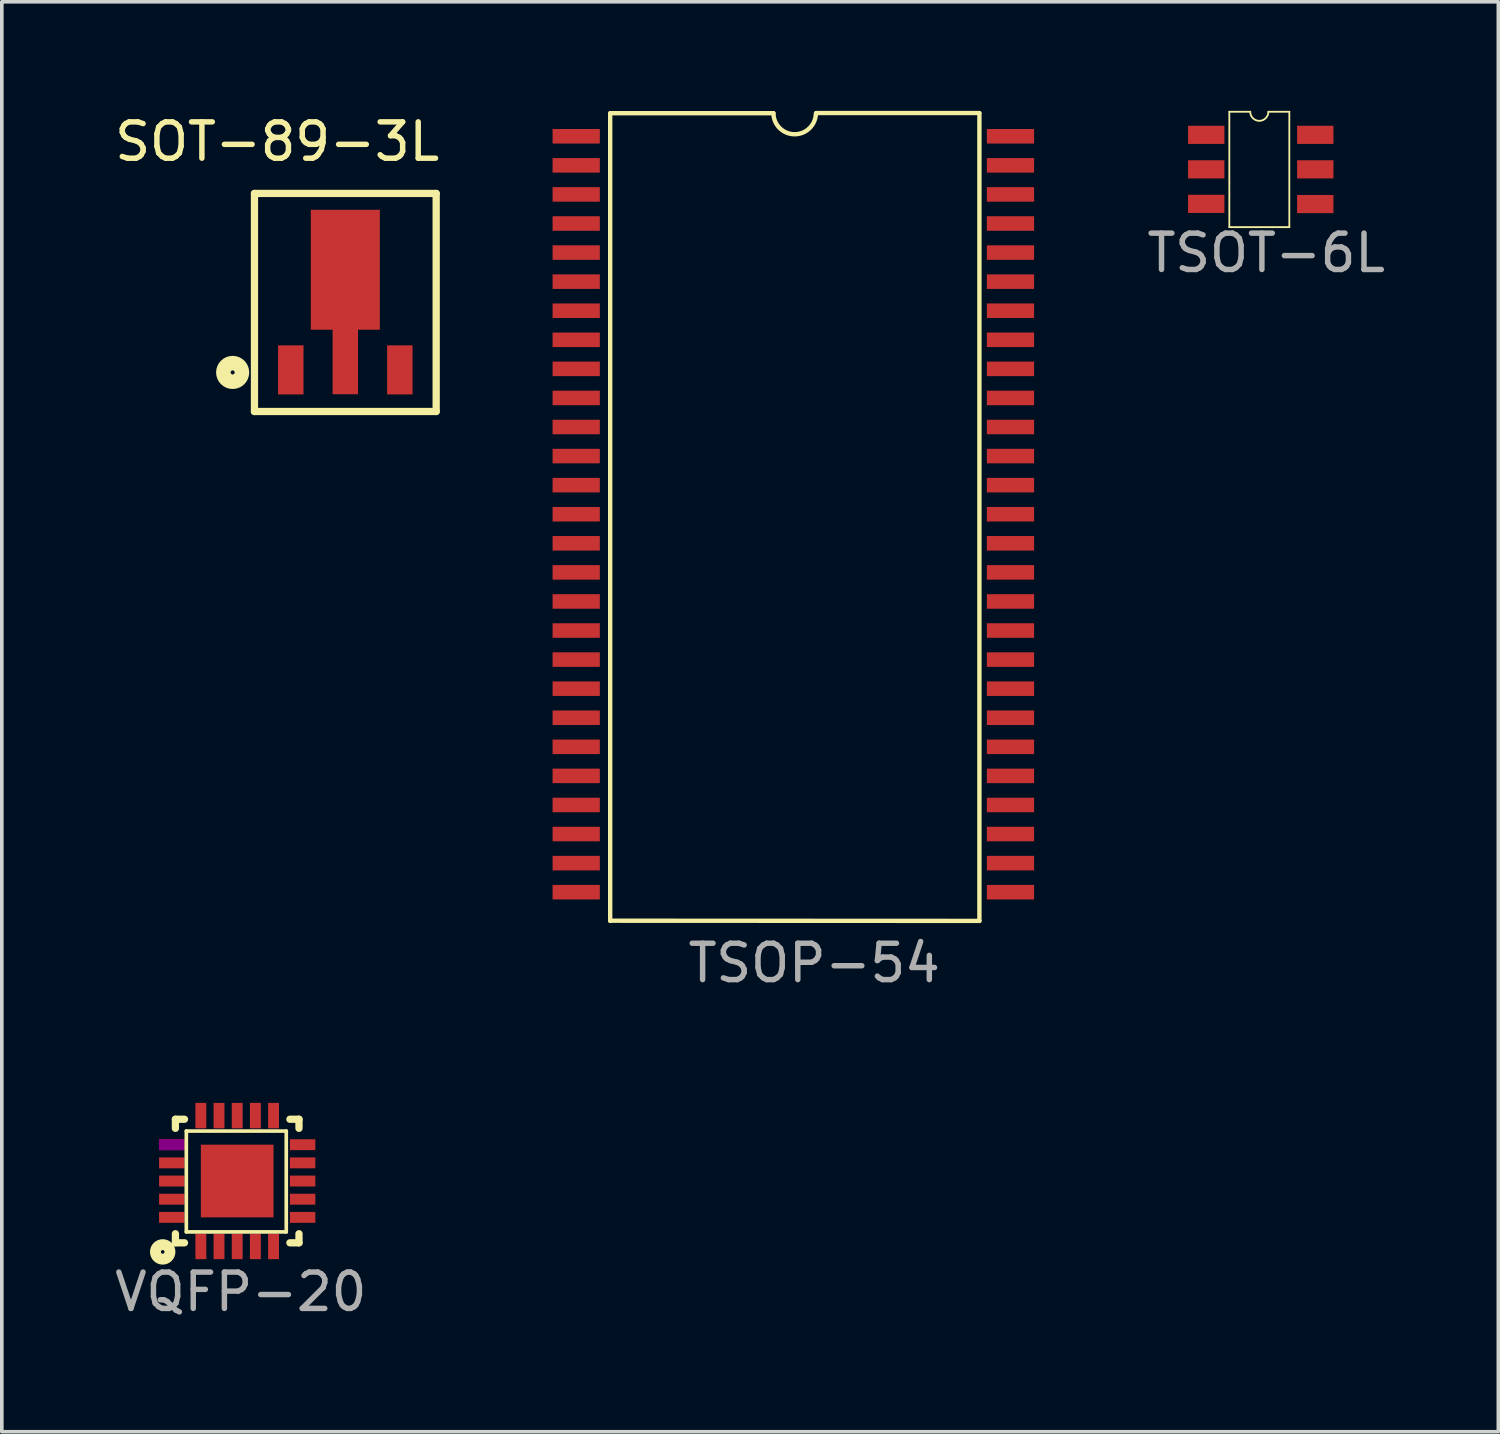
<source format=kicad_pcb>
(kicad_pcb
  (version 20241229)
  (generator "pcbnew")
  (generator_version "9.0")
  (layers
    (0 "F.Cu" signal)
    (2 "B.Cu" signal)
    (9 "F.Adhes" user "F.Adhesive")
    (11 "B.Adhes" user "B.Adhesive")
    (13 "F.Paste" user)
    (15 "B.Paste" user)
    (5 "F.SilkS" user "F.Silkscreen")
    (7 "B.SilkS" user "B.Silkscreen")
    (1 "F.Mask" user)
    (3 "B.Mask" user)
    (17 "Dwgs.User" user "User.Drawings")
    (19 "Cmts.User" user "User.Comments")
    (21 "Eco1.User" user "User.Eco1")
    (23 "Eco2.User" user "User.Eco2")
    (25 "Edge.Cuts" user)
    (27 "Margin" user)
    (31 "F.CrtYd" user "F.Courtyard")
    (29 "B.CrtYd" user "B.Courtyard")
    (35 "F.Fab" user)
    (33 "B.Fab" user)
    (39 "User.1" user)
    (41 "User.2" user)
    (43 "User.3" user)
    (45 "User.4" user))
  (footprint "VQFP-20"
    (layer "F.Cu")
    (at 5.277 28.448)
    (property "Reference" "VQFP-20" (at -1.7 4.05 0) (layer "F.Fab") (effects (font (size 1 1) (thickness 0.15))))
    (attr smd)
    (fp_line (start -3.5 -0.7) (end -3.25 -0.7) (stroke (width 0.2) (type solid)) (layer "F.SilkS"))
    (fp_line (start -3.5 -0.45) (end -3.5 -0.7) (stroke (width 0.2) (type solid)) (layer "F.SilkS"))
    (fp_line (start -3.5 2.45) (end -3.5 2.7) (stroke (width 0.2) (type solid)) (layer "F.SilkS"))
    (fp_line (start -3.5 2.7) (end -3.25 2.7) (stroke (width 0.2) (type solid)) (layer "F.SilkS"))
    (fp_line (start -3.2 2.4) (end -3.2 -0.375) (stroke (width 0.1) (type solid)) (layer "F.SilkS"))
    (fp_line (start -0.45 -0.375) (end -3.2 -0.375) (stroke (width 0.1) (type solid)) (layer "F.SilkS"))
    (fp_line (start -0.45 2.4) (end -3.2 2.4) (stroke (width 0.1) (type solid)) (layer "F.SilkS"))
    (fp_line (start -0.45 2.4) (end -0.45 -0.375) (stroke (width 0.1) (type solid)) (layer "F.SilkS"))
    (fp_line (start -0.35 -0.7) (end -0.1 -0.7) (stroke (width 0.2) (type solid)) (layer "F.SilkS"))
    (fp_line (start -0.1 -0.45) (end -0.1 -0.7) (stroke (width 0.2) (type solid)) (layer "F.SilkS"))
    (fp_line (start -0.1 2.45) (end -0.1 2.7) (stroke (width 0.2) (type solid)) (layer "F.SilkS"))
    (fp_line (start -0.1 2.7) (end -0.35 2.7) (stroke (width 0.2) (type solid)) (layer "F.SilkS"))
    (fp_circle (center -3.85 2.95) (end -3.8 2.95) (stroke (width 0.3) (type solid)) (fill no) (layer "F.SilkS"))
    (pad "1" smd rect (at -2.8 2.8 180) (size 0.3 0.7) (layers "F.Cu" "F.Mask" "F.Paste"))
    (pad "2" smd rect (at -2.3 2.8 180) (size 0.3 0.7) (layers "F.Cu" "F.Mask" "F.Paste"))
    (pad "3" smd rect (at -1.8 2.8 180) (size 0.3 0.7) (layers "F.Cu" "F.Mask" "F.Paste"))
    (pad "4" smd rect (at -1.3 2.8 180) (size 0.3 0.7) (layers "F.Cu" "F.Mask" "F.Paste"))
    (pad "5" smd rect (at -0.8 2.8 180) (size 0.3 0.7) (layers "F.Cu" "F.Mask" "F.Paste"))
    (pad "6" smd rect (at 0 2 90) (size 0.3 0.7) (layers "F.Cu" "F.Mask" "F.Paste"))
    (pad "7" smd rect (at 0 1.5 90) (size 0.3 0.7) (layers "F.Cu" "F.Mask" "F.Paste"))
    (pad "8" smd rect (at 0 1 90) (size 0.3 0.7) (layers "F.Cu" "F.Mask" "F.Paste"))
    (pad "9" smd rect (at 0 0.5 90) (size 0.3 0.7) (layers "F.Cu" "F.Mask" "F.Paste"))
    (pad "10" smd rect (at 0 0 90) (size 0.3 0.7) (layers "F.Cu" "F.Mask" "F.Paste"))
    (pad "11" smd rect (at -0.8 -0.8 180) (size 0.3 0.7) (layers "F.Cu" "F.Mask" "F.Paste"))
    (pad "12" smd rect (at -1.3 -0.8 180) (size 0.3 0.7) (layers "F.Cu" "F.Mask" "F.Paste"))
    (pad "13" smd rect (at -1.8 -0.8 180) (size 0.3 0.7) (layers "F.Cu" "F.Mask" "F.Paste"))
    (pad "14" smd rect (at -2.3 -0.8 180) (size 0.3 0.7) (layers "F.Cu" "F.Mask" "F.Paste"))
    (pad "15" smd rect (at -2.8 -0.8 180) (size 0.3 0.7) (layers "F.Cu" "F.Mask" "F.Paste"))
    (pad "16" smd rect (at -3.6 0 90) (size 0.3 0.7) (layers "F.Cu" "F.Mask" "F.Adhes" "F.Paste"))
    (pad "17" smd rect (at -3.6 0.5 90) (size 0.3 0.7) (layers "F.Cu" "F.Mask" "F.Paste"))
    (pad "18" smd rect (at -3.6 1 90) (size 0.3 0.7) (layers "F.Cu" "F.Mask" "F.Paste"))
    (pad "19" smd rect (at -3.6 1.5 90) (size 0.3 0.7) (layers "F.Cu" "F.Mask" "F.Paste"))
    (pad "20" smd rect (at -3.6 2 90) (size 0.3 0.7) (layers "F.Cu" "F.Mask" "F.Paste"))
    (pad "21" smd rect (at -1.8 1) (size 2 2) (layers "F.Cu" "F.Mask" "F.Paste")))
  (footprint "SOT-89-3L"
    (layer "F.Cu")
    (at 6.452 4.373)
    (property "Reference" "SOT-89-3L" (at -1.875 -3.525 0) (layer "F.SilkS") (effects (font (size 1 1) (thickness 0.15))))
    (attr through_hole)
    (fp_line (start -2.5 3.9) (end -2.5 -2.1) (stroke (width 0.2) (type solid)) (layer "F.SilkS"))
    (fp_line (start 2.5 -2.1) (end -2.5 -2.1) (stroke (width 0.2) (type solid)) (layer "F.SilkS"))
    (fp_line (start 2.5 3.9) (end -2.5 3.9) (stroke (width 0.2) (type solid)) (layer "F.SilkS"))
    (fp_line (start 2.5 3.9) (end 2.5 -2.1) (stroke (width 0.2) (type solid)) (layer "F.SilkS"))
    (fp_circle (center -3.1 2.825) (end -3.044 2.825) (stroke (width 0.4) (type solid)) (fill no) (layer "F.SilkS"))
    (pad "1" smd rect (at 0 0) (size 1.9 3.3) (layers "F.Cu" "F.Mask" "F.Paste"))
    (pad "2" smd rect (at -1.5 2.755) (size 0.7 1.35) (layers "F.Cu" "F.Mask" "F.Paste"))
    (pad "2" smd rect (at 0 2.525) (size 0.7 1.8) (layers "F.Cu" "F.Mask" "F.Paste"))
    (pad "2" smd rect (at 1.5 2.755) (size 0.7 1.35) (layers "F.Cu" "F.Mask" "F.Paste")))
  (footprint "TSOT-6L"
    (layer "F.Cu")
    (at 31.642 1.71)
    (property "Reference" "TSOT-6L" (at 0.15 2.2 0) (layer "F.Fab") (effects (font (size 1 1) (thickness 0.15))))
    (attr smd)
    (fp_line (start -0.865 -1.685) (end -0.29 -1.685) (stroke (width 0.05) (type solid)) (layer "F.SilkS"))
    (fp_line (start -0.865 1.49) (end -0.865 -1.685) (stroke (width 0.05) (type solid)) (layer "F.SilkS"))
    (fp_line (start -0.865 1.49) (end 0.786 1.49) (stroke (width 0.05) (type solid)) (layer "F.SilkS"))
    (fp_line (start 0.211 -1.685) (end 0.786 -1.685) (stroke (width 0.05) (type solid)) (layer "F.SilkS"))
    (fp_line (start 0.786 1.49) (end 0.786 -1.685) (stroke (width 0.05) (type solid)) (layer "F.SilkS"))
    (fp_arc (start 0.20996 -1.68502) (mid -0.03999 -1.43999) (end -0.28996 -1.685) (stroke (width 0.05) (type solid)) (layer "F.SilkS"))
    (pad "1" smd rect (at -1.5 -1.05 270) (size 0.5 1) (layers "F.Cu" "F.Mask" "F.Paste"))
    (pad "2" smd rect (at -1.5 -0.1 270) (size 0.5 1) (layers "F.Cu" "F.Mask" "F.Paste"))
    (pad "3" smd rect (at -1.5 0.85 270) (size 0.5 1) (layers "F.Cu" "F.Mask" "F.Paste"))
    (pad "4" smd rect (at 1.5 0.855 270) (size 0.5 1) (layers "F.Cu" "F.Mask" "F.Paste"))
    (pad "5" smd rect (at 1.5 -0.1 270) (size 0.5 1) (layers "F.Cu" "F.Mask" "F.Paste"))
    (pad "6" smd rect (at 1.5 -1.05 270) (size 0.5 1) (layers "F.Cu" "F.Mask" "F.Paste")))
  (footprint "TSOP-54"
    (layer "F.Cu")
    (at 24.755 0.7)
    (property "Reference" "TSOP-54" (at -5.4 22.75 0) (layer "F.Fab") (effects (font (size 1 1) (thickness 0.15))))
    (attr smd)
    (fp_line (start -11.015 21.59) (end -11.015 -0.635) (stroke (width 0.12) (type solid)) (layer "F.SilkS"))
    (fp_line (start -11.013 21.585) (end -0.855 21.59) (stroke (width 0.12) (type solid)) (layer "F.SilkS"))
    (fp_line (start -11.008 -0.635) (end -6.523 -0.635) (stroke (width 0.12) (type solid)) (layer "F.SilkS"))
    (fp_line (start -5.344 -0.64) (end -0.859 -0.64) (stroke (width 0.12) (type solid)) (layer "F.SilkS"))
    (fp_line (start -0.855 21.59) (end -0.855 -0.635) (stroke (width 0.12) (type solid)) (layer "F.SilkS"))
    (fp_arc (start -5.354385 -0.63001) (mid -5.941015 -0.055864) (end -6.52272 -0.635) (stroke (width 0.12) (type solid)) (layer "F.SilkS"))
    (pad "1" smd rect (at -11.95 -0.00004 90) (size 0.4 1.3) (layers "F.Cu" "F.Mask" "F.Paste"))
    (pad "2" smd rect (at -11.95 0.8 90) (size 0.4 1.3) (layers "F.Cu" "F.Mask" "F.Paste"))
    (pad "3" smd rect (at -11.95 1.6 90) (size 0.4 1.3) (layers "F.Cu" "F.Mask" "F.Paste"))
    (pad "4" smd rect (at -11.95 2.4 90) (size 0.4 1.3) (layers "F.Cu" "F.Mask" "F.Paste"))
    (pad "5" smd rect (at -11.95 3.2 90) (size 0.4 1.3) (layers "F.Cu" "F.Mask" "F.Paste"))
    (pad "6" smd rect (at -11.95 4 90) (size 0.4 1.3) (layers "F.Cu" "F.Mask" "F.Paste"))
    (pad "7" smd rect (at -11.95 4.8 90) (size 0.4 1.3) (layers "F.Cu" "F.Mask" "F.Paste"))
    (pad "8" smd rect (at -11.95 5.6 90) (size 0.4 1.3) (layers "F.Cu" "F.Mask" "F.Paste"))
    (pad "9" smd rect (at -11.95 6.4 90) (size 0.4 1.3) (layers "F.Cu" "F.Mask" "F.Paste"))
    (pad "10" smd rect (at -11.95 7.2 90) (size 0.4 1.3) (layers "F.Cu" "F.Mask" "F.Paste"))
    (pad "11" smd rect (at -11.95 8 90) (size 0.4 1.3) (layers "F.Cu" "F.Mask" "F.Paste"))
    (pad "12" smd rect (at -11.95 8.8 90) (size 0.4 1.3) (layers "F.Cu" "F.Mask" "F.Paste"))
    (pad "13" smd rect (at -11.95 9.6 90) (size 0.4 1.3) (layers "F.Cu" "F.Mask" "F.Paste"))
    (pad "14" smd rect (at -11.95 10.4 90) (size 0.4 1.3) (layers "F.Cu" "F.Mask" "F.Paste"))
    (pad "15" smd rect (at -11.95 11.2 90) (size 0.4 1.3) (layers "F.Cu" "F.Mask" "F.Paste"))
    (pad "16" smd rect (at -11.95 12 90) (size 0.4 1.3) (layers "F.Cu" "F.Mask" "F.Paste"))
    (pad "17" smd rect (at -11.95 12.8 90) (size 0.4 1.3) (layers "F.Cu" "F.Mask" "F.Paste"))
    (pad "18" smd rect (at -11.95 13.6 90) (size 0.4 1.3) (layers "F.Cu" "F.Mask" "F.Paste"))
    (pad "19" smd rect (at -11.95 14.4 90) (size 0.4 1.3) (layers "F.Cu" "F.Mask" "F.Paste"))
    (pad "20" smd rect (at -11.95 15.2 90) (size 0.4 1.3) (layers "F.Cu" "F.Mask" "F.Paste"))
    (pad "21" smd rect (at -11.95 16 90) (size 0.4 1.3) (layers "F.Cu" "F.Mask" "F.Paste"))
    (pad "22" smd rect (at -11.95 16.8 90) (size 0.4 1.3) (layers "F.Cu" "F.Mask" "F.Paste"))
    (pad "23" smd rect (at -11.95 17.6 90) (size 0.4 1.3) (layers "F.Cu" "F.Mask" "F.Paste"))
    (pad "24" smd rect (at -11.95 18.4 90) (size 0.4 1.3) (layers "F.Cu" "F.Mask" "F.Paste"))
    (pad "25" smd rect (at -11.95 19.2 90) (size 0.4 1.3) (layers "F.Cu" "F.Mask" "F.Paste"))
    (pad "26" smd rect (at -11.95 20 90) (size 0.4 1.3) (layers "F.Cu" "F.Mask" "F.Paste"))
    (pad "27" smd rect (at -11.95 20.8 90) (size 0.4 1.3) (layers "F.Cu" "F.Mask" "F.Paste"))
    (pad "28" smd rect (at 0 20.8 90) (size 0.4 1.3) (layers "F.Cu" "F.Mask" "F.Paste"))
    (pad "29" smd rect (at 0 20 90) (size 0.4 1.3) (layers "F.Cu" "F.Mask" "F.Paste"))
    (pad "30" smd rect (at 0 19.2 90) (size 0.4 1.3) (layers "F.Cu" "F.Mask" "F.Paste"))
    (pad "31" smd rect (at 0 18.4 90) (size 0.4 1.3) (layers "F.Cu" "F.Mask" "F.Paste"))
    (pad "32" smd rect (at 0 17.6 90) (size 0.4 1.3) (layers "F.Cu" "F.Mask" "F.Paste"))
    (pad "33" smd rect (at 0 16.8 90) (size 0.4 1.3) (layers "F.Cu" "F.Mask" "F.Paste"))
    (pad "34" smd rect (at 0 16 90) (size 0.4 1.3) (layers "F.Cu" "F.Mask" "F.Paste"))
    (pad "35" smd rect (at 0 15.2 90) (size 0.4 1.3) (layers "F.Cu" "F.Mask" "F.Paste"))
    (pad "36" smd rect (at 0 14.4 90) (size 0.4 1.3) (layers "F.Cu" "F.Mask" "F.Paste"))
    (pad "37" smd rect (at 0 13.6 90) (size 0.4 1.3) (layers "F.Cu" "F.Mask" "F.Paste"))
    (pad "38" smd rect (at 0 12.8 90) (size 0.4 1.3) (layers "F.Cu" "F.Mask" "F.Paste"))
    (pad "39" smd rect (at 0 12 90) (size 0.4 1.3) (layers "F.Cu" "F.Mask" "F.Paste"))
    (pad "40" smd rect (at 0 11.2 90) (size 0.4 1.3) (layers "F.Cu" "F.Mask" "F.Paste"))
    (pad "41" smd rect (at 0 10.4 90) (size 0.4 1.3) (layers "F.Cu" "F.Mask" "F.Paste"))
    (pad "42" smd rect (at 0 9.6 90) (size 0.4 1.3) (layers "F.Cu" "F.Mask" "F.Paste"))
    (pad "43" smd rect (at 0 8.8 90) (size 0.4 1.3) (layers "F.Cu" "F.Mask" "F.Paste"))
    (pad "44" smd rect (at 0 8 90) (size 0.4 1.3) (layers "F.Cu" "F.Mask" "F.Paste"))
    (pad "45" smd rect (at 0 7.2 90) (size 0.4 1.3) (layers "F.Cu" "F.Mask" "F.Paste"))
    (pad "46" smd rect (at 0 6.4 90) (size 0.4 1.3) (layers "F.Cu" "F.Mask" "F.Paste"))
    (pad "47" smd rect (at 0 5.6 90) (size 0.4 1.3) (layers "F.Cu" "F.Mask" "F.Paste"))
    (pad "48" smd rect (at 0 4.8 90) (size 0.4 1.3) (layers "F.Cu" "F.Mask" "F.Paste"))
    (pad "49" smd rect (at 0 4 90) (size 0.4 1.3) (layers "F.Cu" "F.Mask" "F.Paste"))
    (pad "50" smd rect (at 0 3.2 90) (size 0.4 1.3) (layers "F.Cu" "F.Mask" "F.Paste"))
    (pad "51" smd rect (at 0 2.4 90) (size 0.4 1.3) (layers "F.Cu" "F.Mask" "F.Paste"))
    (pad "52" smd rect (at 0 1.6 90) (size 0.4 1.3) (layers "F.Cu" "F.Mask" "F.Paste"))
    (pad "53" smd rect (at 0 0.8 90) (size 0.4 1.3) (layers "F.Cu" "F.Mask" "F.Paste"))
    (pad "54" smd rect (at 0 0 90) (size 0.4 1.3) (layers "F.Cu" "F.Mask" "F.Paste")))
  (gr_rect
    (start -3 -3)
    (end 38.179 36.347)
    (stroke (width 0.1) (type default))
    (fill no)
    (layer "Edge.Cuts")))
</source>
